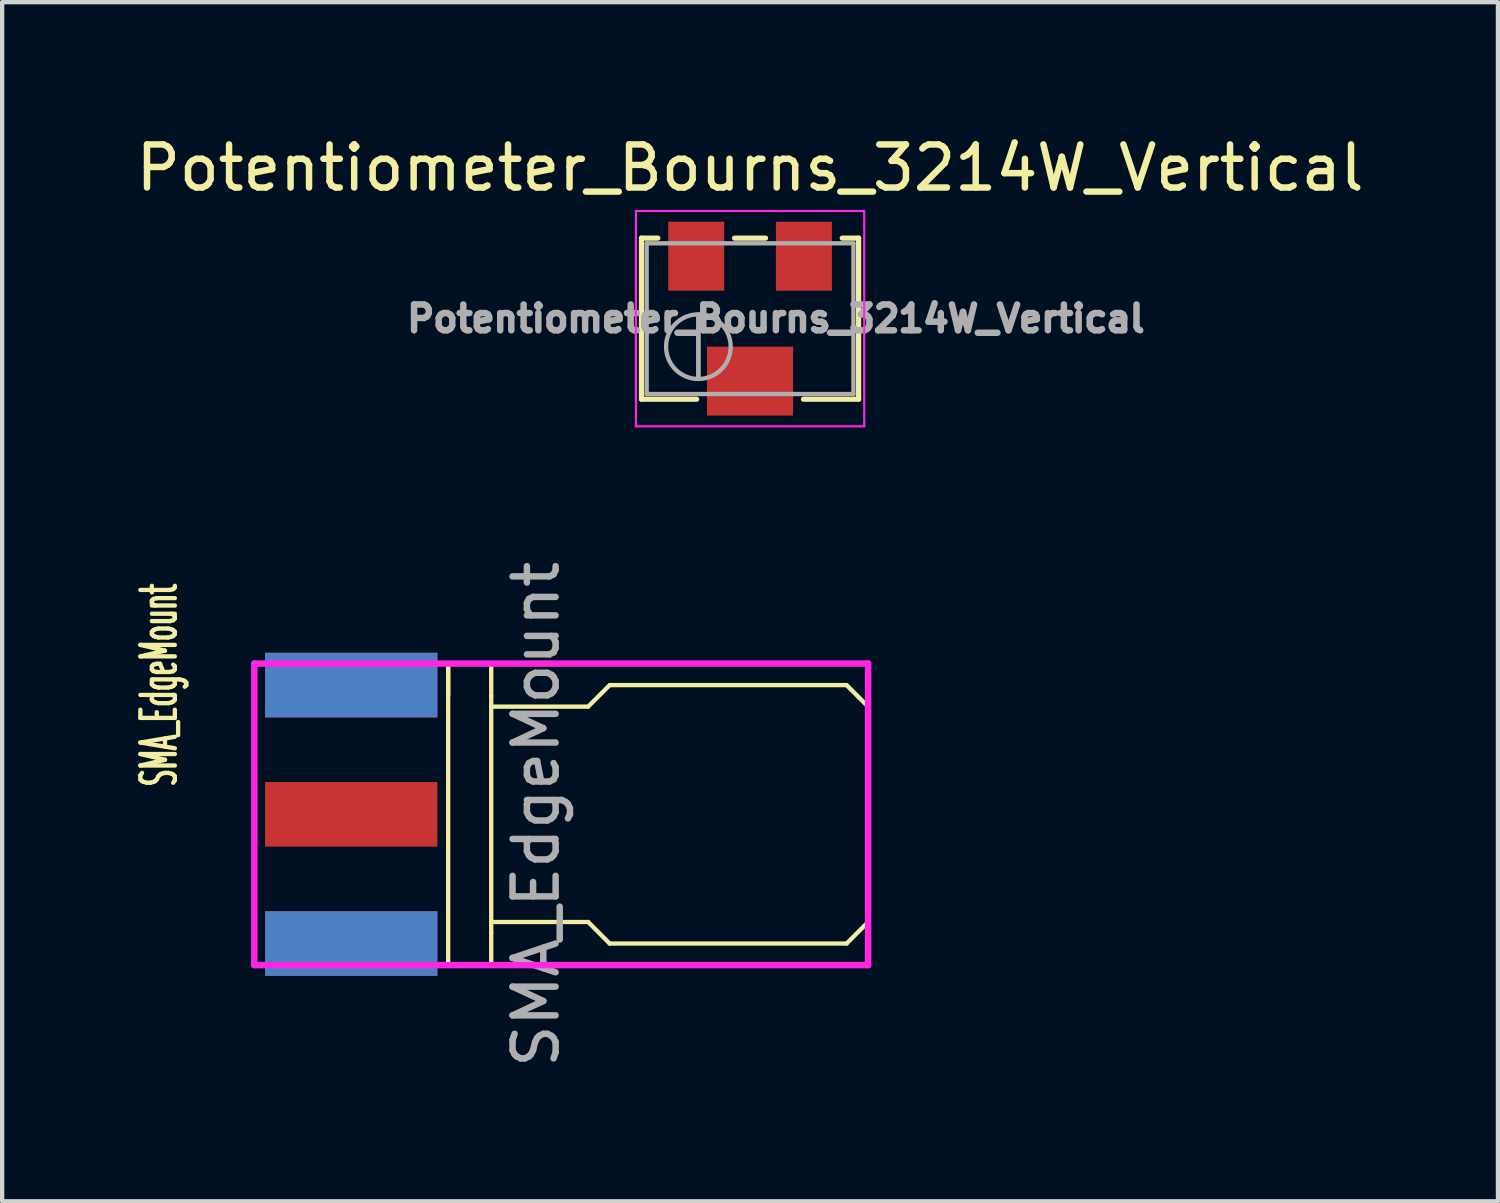
<source format=kicad_pcb>
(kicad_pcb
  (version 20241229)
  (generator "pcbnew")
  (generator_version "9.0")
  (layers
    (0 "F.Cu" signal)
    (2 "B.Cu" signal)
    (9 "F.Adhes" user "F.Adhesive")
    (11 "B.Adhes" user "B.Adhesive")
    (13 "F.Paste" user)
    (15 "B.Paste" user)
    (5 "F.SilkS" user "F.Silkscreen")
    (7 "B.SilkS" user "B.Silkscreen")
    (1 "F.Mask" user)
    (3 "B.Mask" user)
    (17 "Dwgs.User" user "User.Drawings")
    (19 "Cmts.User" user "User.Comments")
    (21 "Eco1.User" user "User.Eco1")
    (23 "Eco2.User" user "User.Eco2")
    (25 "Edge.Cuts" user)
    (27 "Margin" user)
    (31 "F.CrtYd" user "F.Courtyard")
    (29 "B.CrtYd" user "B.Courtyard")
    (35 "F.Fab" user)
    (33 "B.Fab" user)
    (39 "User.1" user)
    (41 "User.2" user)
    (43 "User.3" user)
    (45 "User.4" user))
  (footprint "SMA_EdgeMount"
    (layer "F.Cu")
    (at 4.604 15.855)
    (property "Reference" "SMA_EdgeMount" (at -3.96 -3 90) (layer "F.SilkS") (effects (font (size 0.8 0.4) (thickness 0.1))))
    (attr smd)
    (fp_line (start -1.75 -3.5) (end 2.75 -3.5) (stroke (width 0.1) (type solid)) (layer "F.SilkS"))
    (fp_line (start -1.75 3.5) (end -1.75 -3.5) (stroke (width 0.1) (type solid)) (layer "F.SilkS"))
    (fp_line (start 2.75 -3.5) (end 2.75 -2.75) (stroke (width 0.1) (type solid)) (layer "F.SilkS"))
    (fp_line (start 2.75 -3.5) (end 2.75 3.5) (stroke (width 0.1) (type solid)) (layer "F.SilkS"))
    (fp_line (start 2.75 3.5) (end -1.75 3.5) (stroke (width 0.1) (type solid)) (layer "F.SilkS"))
    (fp_line (start 3.75 -3.5) (end 2.75 -3.5) (stroke (width 0.1) (type solid)) (layer "F.SilkS"))
    (fp_line (start 3.75 -2.75) (end 3.75 -3.5) (stroke (width 0.1) (type solid)) (layer "F.SilkS"))
    (fp_line (start 3.75 2.75) (end 3.75 -2.75) (stroke (width 0.1) (type solid)) (layer "F.SilkS"))
    (fp_line (start 3.75 2.75) (end 3.75 3.5) (stroke (width 0.1) (type solid)) (layer "F.SilkS"))
    (fp_line (start 3.75 3.5) (end 2.75 3.5) (stroke (width 0.1) (type solid)) (layer "F.SilkS"))
    (fp_line (start 6 -2.5) (end 3.75 -2.5) (stroke (width 0.1) (type solid)) (layer "F.SilkS"))
    (fp_line (start 6 2.5) (end 3.75 2.5) (stroke (width 0.1) (type solid)) (layer "F.SilkS"))
    (fp_line (start 6.5 -3) (end 6 -2.5) (stroke (width 0.1) (type solid)) (layer "F.SilkS"))
    (fp_line (start 6.5 3) (end 6 2.5) (stroke (width 0.1) (type solid)) (layer "F.SilkS"))
    (fp_line (start 12 -3) (end 6.5 -3) (stroke (width 0.1) (type solid)) (layer "F.SilkS"))
    (fp_line (start 12 -3) (end 12.5 -2.5) (stroke (width 0.1) (type solid)) (layer "F.SilkS"))
    (fp_line (start 12 3) (end 6.5 3) (stroke (width 0.1) (type solid)) (layer "F.SilkS"))
    (fp_line (start 12.5 -2.5) (end 12.5 2.5) (stroke (width 0.1) (type solid)) (layer "F.SilkS"))
    (fp_line (start 12.5 2.5) (end 12 3) (stroke (width 0.1) (type solid)) (layer "F.SilkS"))
    (fp_line (start -1.75 -3.5) (end -1.75 3.5) (stroke (width 0.15) (type solid)) (layer "F.CrtYd"))
    (fp_line (start -1.75 3.5) (end 12.5 3.5) (stroke (width 0.15) (type solid)) (layer "F.CrtYd"))
    (fp_line (start 12.5 -3.5) (end -1.75 -3.5) (stroke (width 0.15) (type solid)) (layer "F.CrtYd"))
    (fp_line (start 12.5 3.5) (end 12.5 -3.5) (stroke (width 0.15) (type solid)) (layer "F.CrtYd"))
    (fp_text user "${REFERENCE}" (at 4.79 0 270) (layer "F.Fab") (effects (font (size 1 1) (thickness 0.15))))
    (pad "1" smd rect (at 0.5 0 90) (size 1.5 4) (layers "F.Cu" "F.Mask" "F.Paste"))
    (pad "2" smd rect (at 0.5 -3 90) (size 1.5 4) (layers "F.Cu" "F.Mask" "F.Paste"))
    (pad "2" smd rect (at 0.5 -3 90) (size 1.5 4) (layers "B.Cu" "B.Mask" "B.Paste"))
    (pad "2" smd rect (at 0.5 3 90) (size 1.5 4) (layers "F.Cu" "F.Mask" "F.Paste"))
    (pad "2" smd rect (at 0.5 3 90) (size 1.5 4) (layers "B.Cu" "B.Mask" "B.Paste")))
  (footprint "Potentiometer_Bourns_3214W_Vertical"
    (layer "F.Cu")
    (at 14.363 4.348)
    (property "Reference" "Potentiometer_Bourns_3214W_Vertical" (at 0 -3.5 0) (layer "F.SilkS") (effects (font (size 1 1) (thickness 0.15))))
    (attr smd)
    (fp_line (start -2.52 -1.87) (end -2.52 1.87) (stroke (width 0.12) (type solid)) (layer "F.SilkS"))
    (fp_line (start -2.52 -1.87) (end -2.14 -1.87) (stroke (width 0.12) (type solid)) (layer "F.SilkS"))
    (fp_line (start -2.52 1.87) (end -1.24 1.87) (stroke (width 0.12) (type solid)) (layer "F.SilkS"))
    (fp_line (start -0.36 -1.87) (end 0.36 -1.87) (stroke (width 0.12) (type solid)) (layer "F.SilkS"))
    (fp_line (start 1.24 1.87) (end 2.52 1.87) (stroke (width 0.12) (type solid)) (layer "F.SilkS"))
    (fp_line (start 2.14 -1.87) (end 2.52 -1.87) (stroke (width 0.12) (type solid)) (layer "F.SilkS"))
    (fp_line (start 2.52 -1.87) (end 2.52 1.87) (stroke (width 0.12) (type solid)) (layer "F.SilkS"))
    (fp_line (start -2.65 -2.5) (end -2.65 2.5) (stroke (width 0.05) (type solid)) (layer "F.CrtYd"))
    (fp_line (start -2.65 2.5) (end 2.65 2.5) (stroke (width 0.05) (type solid)) (layer "F.CrtYd"))
    (fp_line (start 2.65 -2.5) (end -2.65 -2.5) (stroke (width 0.05) (type solid)) (layer "F.CrtYd"))
    (fp_line (start 2.65 2.5) (end 2.65 -2.5) (stroke (width 0.05) (type solid)) (layer "F.CrtYd"))
    (fp_line (start -2.4 -1.75) (end -2.4 1.75) (stroke (width 0.1) (type solid)) (layer "F.Fab"))
    (fp_line (start -2.4 1.75) (end 2.4 1.75) (stroke (width 0.1) (type solid)) (layer "F.Fab"))
    (fp_line (start -1.2 1.393) (end -1.199 -0.092) (stroke (width 0.1) (type solid)) (layer "F.Fab"))
    (fp_line (start -1.2 1.393) (end -1.199 -0.092) (stroke (width 0.1) (type solid)) (layer "F.Fab"))
    (fp_line (start 2.4 -1.75) (end -2.4 -1.75) (stroke (width 0.1) (type solid)) (layer "F.Fab"))
    (fp_line (start 2.4 1.75) (end 2.4 -1.75) (stroke (width 0.1) (type solid)) (layer "F.Fab"))
    (fp_circle (center -1.2 0.65) (end -0.45 0.65) (stroke (width 0.1) (type solid)) (fill no) (layer "F.Fab"))
    (fp_text user "${REFERENCE}" (at 0.6 0 0) (layer "F.Fab") (effects (font (size 0.6 0.6) (thickness 0.15))))
    (pad "1" smd rect (at 1.25 -1.45) (size 1.3 1.6) (layers "F.Cu" "F.Mask" "F.Paste"))
    (pad "2" smd rect (at 0 1.45) (size 2 1.6) (layers "F.Cu" "F.Mask" "F.Paste"))
    (pad "3" smd rect (at -1.25 -1.45) (size 1.3 1.6) (layers "F.Cu" "F.Mask" "F.Paste")))
  (gr_rect
    (start -3 -3)
    (end 31.726 24.838)
    (stroke (width 0.1) (type default))
    (fill no)
    (layer "Edge.Cuts")))
</source>
